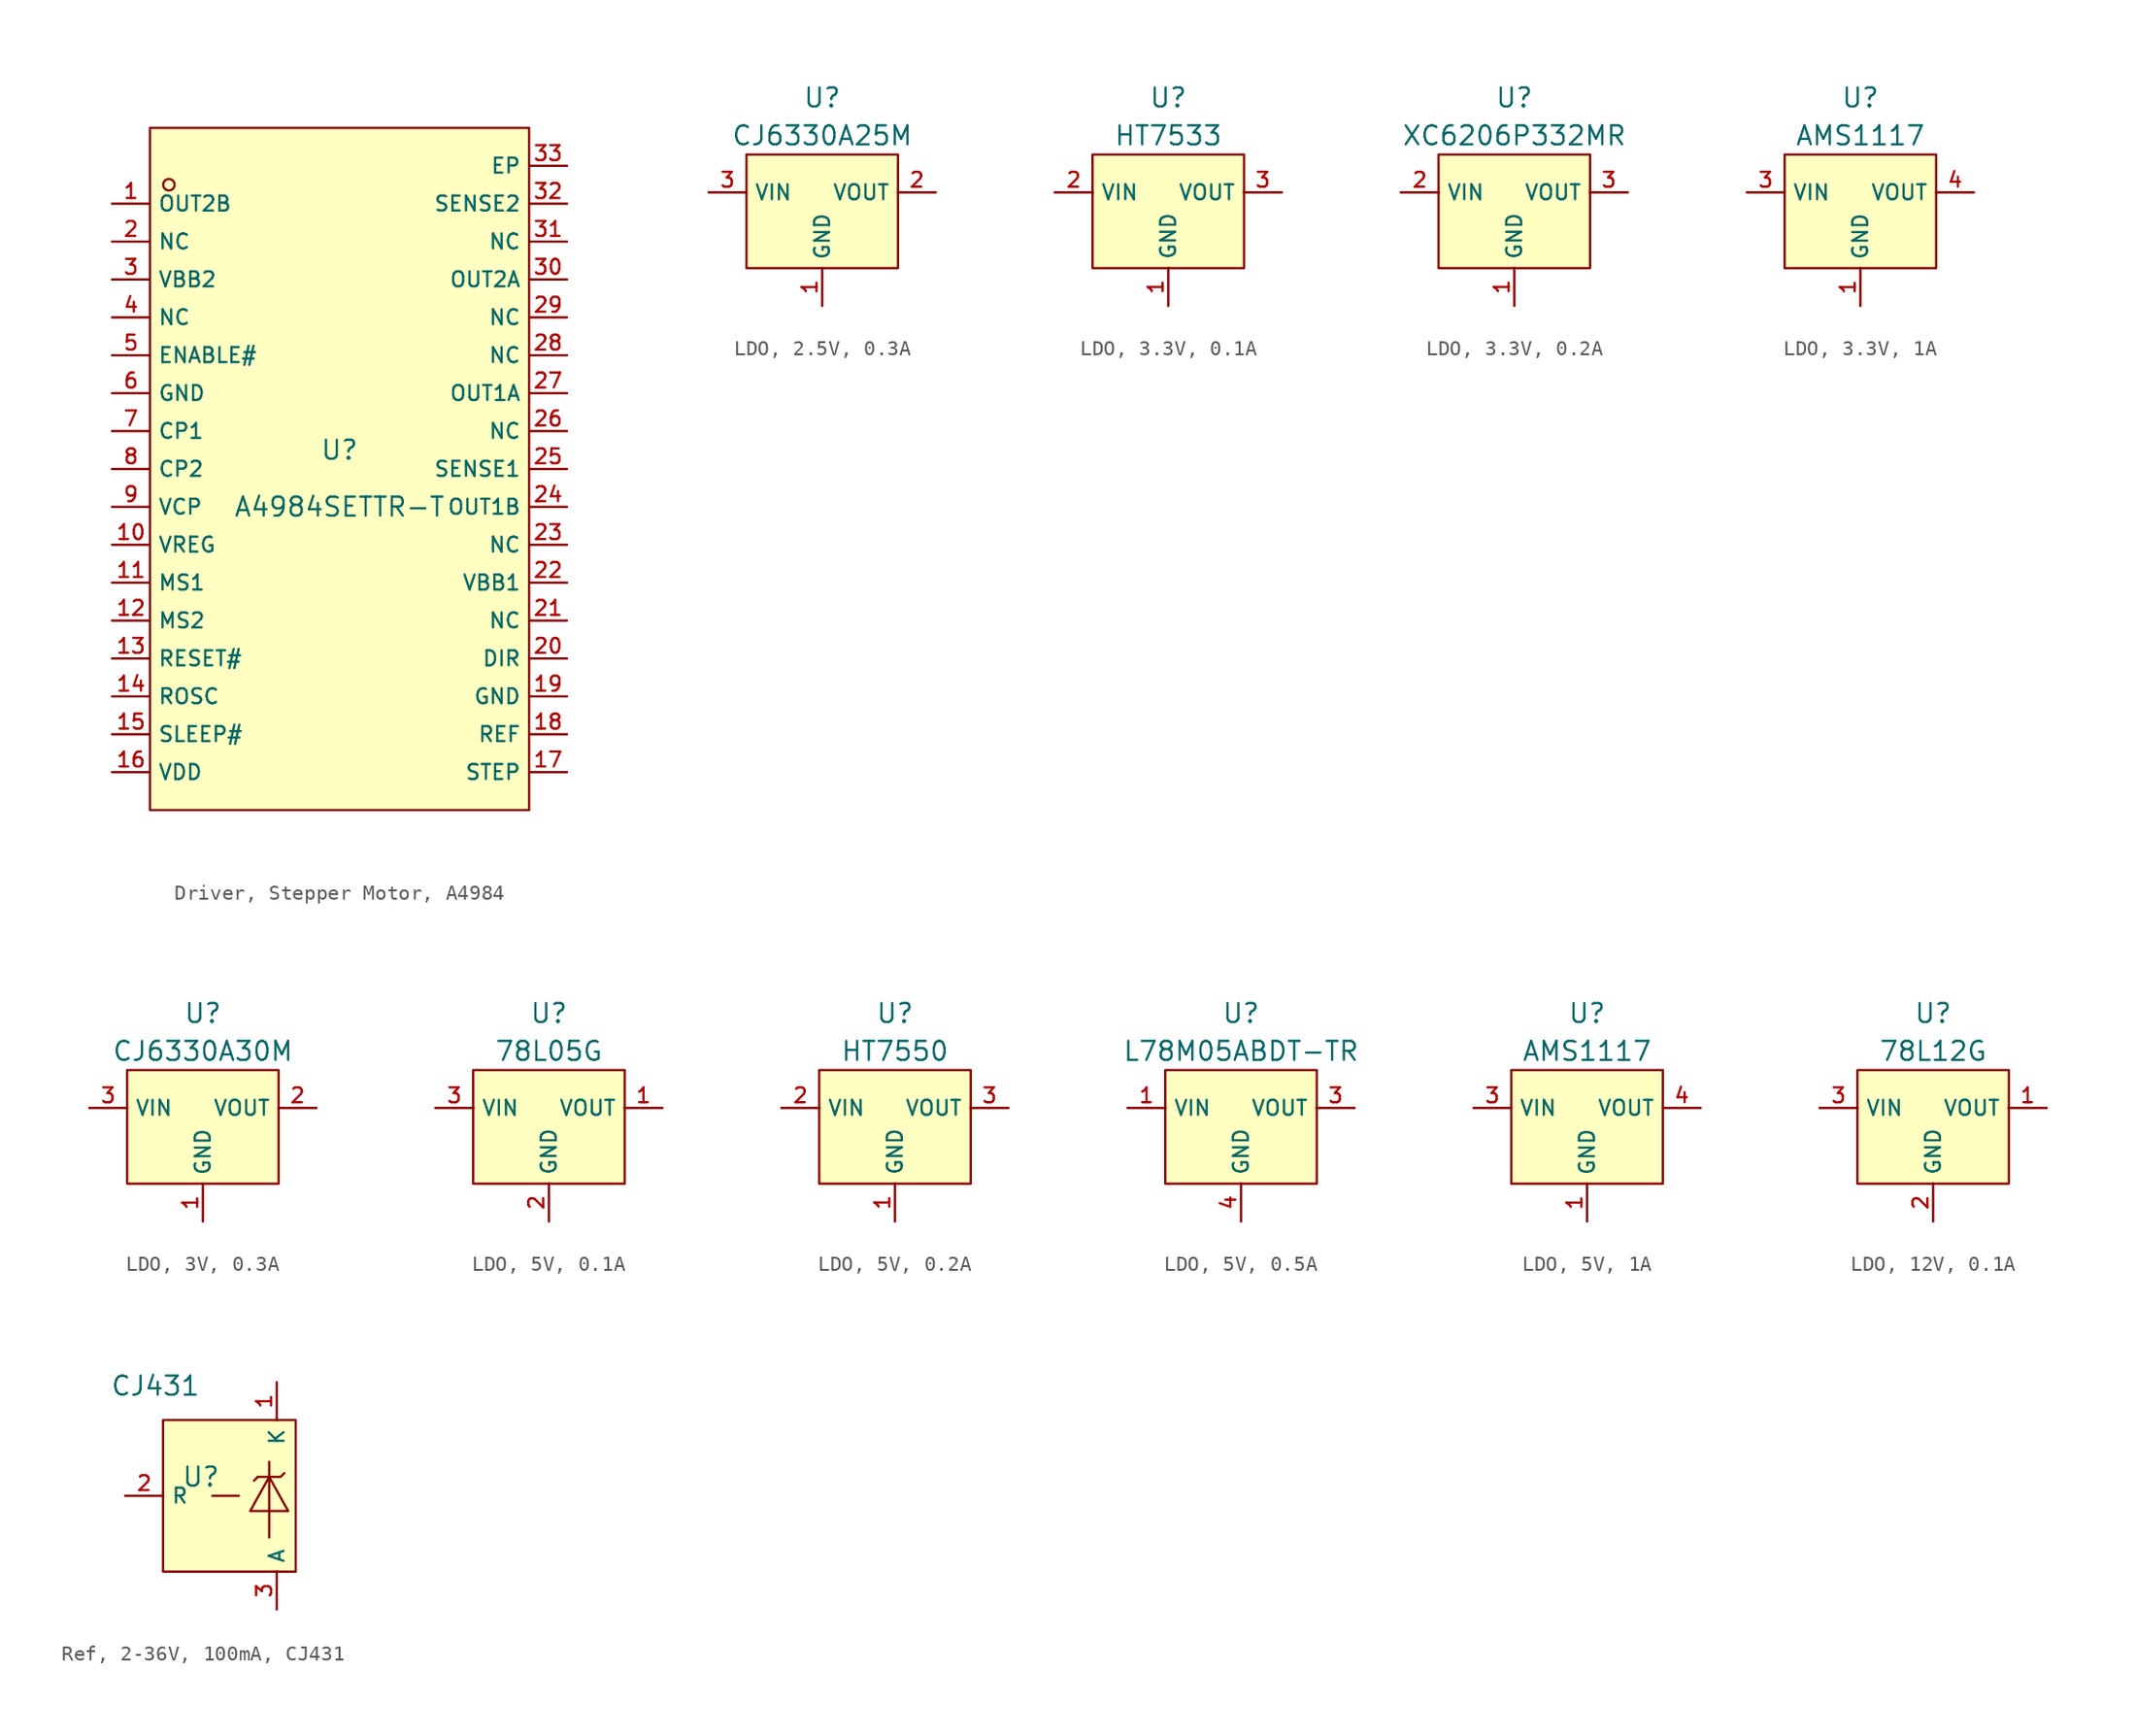
<source format=kicad_sym>
(kicad_symbol_lib
  (version 20231120)
  (generator "kicad_symbol_editor")
  (generator_version "8.0")
  (symbol "Driver, Stepper Motor, A4984"
    (property "Reference" "U"
      (at 0 1.27 0)
      (effects (font (size 1.27 1.27))))
    (property "Value" "A4984SETTR-T"
      (at 0 -2.54 0)
      (effects (font (size 1.27 1.27))))
    (symbol "Driver, Stepper Motor, A4984_0_1"
      (rectangle (start -12.7 22.86) (end 12.7 -22.86) (stroke (width 0) (type default)) (fill (type background)))
      (circle (center -11.43 19.05) (radius 0.381) (stroke (width 0) (type default)) (fill (type background)))
      (pin unspecified line (at -15.24 17.78 0) (length 2.54) (name "OUT2B" (effects (font (size 1 1)))) (number "1" (effects (font (size 1 1)))))
      (pin unspecified line (at -15.24 -5.08 0) (length 2.54) (name "VREG" (effects (font (size 1 1)))) (number "10" (effects (font (size 1 1)))))
      (pin unspecified line (at -15.24 -7.62 0) (length 2.54) (name "MS1" (effects (font (size 1 1)))) (number "11" (effects (font (size 1 1)))))
      (pin unspecified line (at -15.24 -10.16 0) (length 2.54) (name "MS2" (effects (font (size 1 1)))) (number "12" (effects (font (size 1 1)))))
      (pin unspecified line (at -15.24 -12.7 0) (length 2.54) (name "RESET#" (effects (font (size 1 1)))) (number "13" (effects (font (size 1 1)))))
      (pin unspecified line (at -15.24 -15.24 0) (length 2.54) (name "ROSC" (effects (font (size 1 1)))) (number "14" (effects (font (size 1 1)))))
      (pin unspecified line (at -15.24 -17.78 0) (length 2.54) (name "SLEEP#" (effects (font (size 1 1)))) (number "15" (effects (font (size 1 1)))))
      (pin unspecified line (at -15.24 -20.32 0) (length 2.54) (name "VDD" (effects (font (size 1 1)))) (number "16" (effects (font (size 1 1)))))
      (pin unspecified line (at 15.24 -20.32 180) (length 2.54) (name "STEP" (effects (font (size 1 1)))) (number "17" (effects (font (size 1 1)))))
      (pin unspecified line (at 15.24 -17.78 180) (length 2.54) (name "REF" (effects (font (size 1 1)))) (number "18" (effects (font (size 1 1)))))
      (pin unspecified line (at 15.24 -15.24 180) (length 2.54) (name "GND" (effects (font (size 1 1)))) (number "19" (effects (font (size 1 1)))))
      (pin unspecified line (at -15.24 15.24 0) (length 2.54) (name "NC" (effects (font (size 1 1)))) (number "2" (effects (font (size 1 1)))))
      (pin unspecified line (at 15.24 -12.7 180) (length 2.54) (name "DIR" (effects (font (size 1 1)))) (number "20" (effects (font (size 1 1)))))
      (pin unspecified line (at 15.24 -10.16 180) (length 2.54) (name "NC" (effects (font (size 1 1)))) (number "21" (effects (font (size 1 1)))))
      (pin unspecified line (at 15.24 -7.62 180) (length 2.54) (name "VBB1" (effects (font (size 1 1)))) (number "22" (effects (font (size 1 1)))))
      (pin unspecified line (at 15.24 -5.08 180) (length 2.54) (name "NC" (effects (font (size 1 1)))) (number "23" (effects (font (size 1 1)))))
      (pin unspecified line (at 15.24 -2.54 180) (length 2.54) (name "OUT1B" (effects (font (size 1 1)))) (number "24" (effects (font (size 1 1)))))
      (pin unspecified line (at 15.24 0 180) (length 2.54) (name "SENSE1" (effects (font (size 1 1)))) (number "25" (effects (font (size 1 1)))))
      (pin unspecified line (at 15.24 2.54 180) (length 2.54) (name "NC" (effects (font (size 1 1)))) (number "26" (effects (font (size 1 1)))))
      (pin unspecified line (at 15.24 5.08 180) (length 2.54) (name "OUT1A" (effects (font (size 1 1)))) (number "27" (effects (font (size 1 1)))))
      (pin unspecified line (at 15.24 7.62 180) (length 2.54) (name "NC" (effects (font (size 1 1)))) (number "28" (effects (font (size 1 1)))))
      (pin unspecified line (at 15.24 10.16 180) (length 2.54) (name "NC" (effects (font (size 1 1)))) (number "29" (effects (font (size 1 1)))))
      (pin unspecified line (at -15.24 12.7 0) (length 2.54) (name "VBB2" (effects (font (size 1 1)))) (number "3" (effects (font (size 1 1)))))
      (pin unspecified line (at 15.24 12.7 180) (length 2.54) (name "OUT2A" (effects (font (size 1 1)))) (number "30" (effects (font (size 1 1)))))
      (pin unspecified line (at 15.24 15.24 180) (length 2.54) (name "NC" (effects (font (size 1 1)))) (number "31" (effects (font (size 1 1)))))
      (pin unspecified line (at 15.24 17.78 180) (length 2.54) (name "SENSE2" (effects (font (size 1 1)))) (number "32" (effects (font (size 1 1)))))
      (pin unspecified line (at 15.24 20.32 180) (length 2.54) (name "EP" (effects (font (size 1 1)))) (number "33" (effects (font (size 1 1)))))
      (pin unspecified line (at -15.24 10.16 0) (length 2.54) (name "NC" (effects (font (size 1 1)))) (number "4" (effects (font (size 1 1)))))
      (pin unspecified line (at -15.24 7.62 0) (length 2.54) (name "ENABLE#" (effects (font (size 1 1)))) (number "5" (effects (font (size 1 1)))))
      (pin unspecified line (at -15.24 5.08 0) (length 2.54) (name "GND" (effects (font (size 1 1)))) (number "6" (effects (font (size 1 1)))))
      (pin unspecified line (at -15.24 2.54 0) (length 2.54) (name "CP1" (effects (font (size 1 1)))) (number "7" (effects (font (size 1 1)))))
      (pin unspecified line (at -15.24 0 0) (length 2.54) (name "CP2" (effects (font (size 1 1)))) (number "8" (effects (font (size 1 1)))))
      (pin unspecified line (at -15.24 -2.54 0) (length 2.54) (name "VCP" (effects (font (size 1 1)))) (number "9" (effects (font (size 1 1)))))))
  (symbol "LDO, 2.5V, 0.3A"
    (property "Reference" "U"
      (at 0 8.89 0)
      (effects (font (size 1.27 1.27))))
    (property "Value" "CJ6330A25M"
      (at 0 6.35 0)
      (effects (font (size 1.27 1.27))))
    (symbol "LDO, 2.5V, 0.3A_0_1"
      (rectangle (start -5.08 5.08) (end 5.08 -2.54) (stroke (width 0) (type default)) (fill (type background)))
      (pin unspecified line (at 0 -5.08 90) (length 2.54) (name "GND" (effects (font (size 1 1)))) (number "1" (effects (font (size 1 1))))))
    (symbol "LDO, 2.5V, 0.3A_1_1"
      (pin unspecified line (at 7.62 2.54 180) (length 2.54) (name "VOUT" (effects (font (size 1 1)))) (number "2" (effects (font (size 1 1)))))
      (pin unspecified line (at -7.62 2.54 0) (length 2.54) (name "VIN" (effects (font (size 1 1)))) (number "3" (effects (font (size 1 1)))))))
  (symbol "LDO, 3.3V, 0.1A"
    (property "Reference" "U"
      (at 0 8.89 0)
      (effects (font (size 1.27 1.27))))
    (property "Value" "HT7533"
      (at 0 6.35 0)
      (effects (font (size 1.27 1.27))))
    (symbol "LDO, 3.3V, 0.1A_0_1"
      (rectangle (start -5.08 5.08) (end 5.08 -2.54) (stroke (width 0) (type default)) (fill (type background))))
    (symbol "LDO, 3.3V, 0.1A_1_1"
      (pin unspecified line (at 0 -5.08 90) (length 2.56) (name "GND" (effects (font (size 1 1)))) (number "1" (effects (font (size 1 1)))))
      (pin unspecified line (at -7.62 2.54 0) (length 2.56) (name "VIN" (effects (font (size 1 1)))) (number "2" (effects (font (size 1 1)))))
      (pin unspecified line (at 7.62 2.54 180) (length 2.56) (name "VOUT" (effects (font (size 1 1)))) (number "3" (effects (font (size 1 1)))))))
  (symbol "LDO, 3.3V, 0.2A"
    (property "Reference" "U"
      (at 0 8.89 0)
      (effects (font (size 1.27 1.27))))
    (property "Value" "XC6206P332MR"
      (at 0 6.35 0)
      (effects (font (size 1.27 1.27))))
    (symbol "LDO, 3.3V, 0.2A_0_1"
      (rectangle (start -5.08 5.08) (end 5.08 -2.54) (stroke (width 0) (type default)) (fill (type background))))
    (symbol "LDO, 3.3V, 0.2A_1_1"
      (pin unspecified line (at 0 -5.08 90) (length 2.56) (name "GND" (effects (font (size 1 1)))) (number "1" (effects (font (size 1 1)))))
      (pin unspecified line (at -7.62 2.54 0) (length 2.56) (name "VIN" (effects (font (size 1 1)))) (number "2" (effects (font (size 1 1)))))
      (pin unspecified line (at 7.62 2.54 180) (length 2.56) (name "VOUT" (effects (font (size 1 1)))) (number "3" (effects (font (size 1 1)))))))
  (symbol "LDO, 3.3V, 1A"
    (property "Reference" "U"
      (at 0 8.89 0)
      (effects (font (size 1.27 1.27))))
    (property "Value" "AMS1117"
      (at 0 6.35 0)
      (effects (font (size 1.27 1.27))))
    (symbol "LDO, 3.3V, 1A_0_1"
      (rectangle (start -5.08 5.08) (end 5.08 -2.54) (stroke (width 0) (type default)) (fill (type background)))
      (pin unspecified line (at 0 -5.08 90) (length 2.54) (name "GND" (effects (font (size 1 1)))) (number "1" (effects (font (size 1 1)))))
      (pin unspecified line (at 7.62 2.54 180) (length 2.54) (name "VOUT" (effects (font (size 1 1)))) (number "4" (effects (font (size 1 1))))))
    (symbol "LDO, 3.3V, 1A_1_1"
      (pin unspecified line (at 7.62 2.54 180) (length 2.54) hide (name "VOUT" (effects (font (size 1 1)))) (number "2" (effects (font (size 1 1)))))
      (pin unspecified line (at -7.62 2.54 0) (length 2.54) (name "VIN" (effects (font (size 1 1)))) (number "3" (effects (font (size 1 1)))))))
  (symbol "LDO, 3V, 0.3A"
    (property "Reference" "U"
      (at 0 8.89 0)
      (effects (font (size 1.27 1.27))))
    (property "Value" "CJ6330A30M"
      (at 0 6.35 0)
      (effects (font (size 1.27 1.27))))
    (symbol "LDO, 3V, 0.3A_0_1"
      (rectangle (start -5.08 5.08) (end 5.08 -2.54) (stroke (width 0) (type default)) (fill (type background)))
      (pin unspecified line (at 0 -5.08 90) (length 2.54) (name "GND" (effects (font (size 1 1)))) (number "1" (effects (font (size 1 1))))))
    (symbol "LDO, 3V, 0.3A_1_1"
      (pin unspecified line (at 7.62 2.54 180) (length 2.54) (name "VOUT" (effects (font (size 1 1)))) (number "2" (effects (font (size 1 1)))))
      (pin unspecified line (at -7.62 2.54 0) (length 2.54) (name "VIN" (effects (font (size 1 1)))) (number "3" (effects (font (size 1 1)))))))
  (symbol "LDO, 5V, 0.1A"
    (property "Reference" "U"
      (at 0 8.89 0)
      (effects (font (size 1.27 1.27))))
    (property "Value" "78L05G"
      (at 0 6.35 0)
      (effects (font (size 1.27 1.27))))
    (symbol "LDO, 5V, 0.1A_0_1"
      (rectangle (start -5.08 5.08) (end 5.08 -2.54) (stroke (width 0) (type default)) (fill (type background))))
    (symbol "LDO, 5V, 0.1A_1_1"
      (pin power_in line (at 7.62 2.54 180) (length 2.56) (name "VOUT" (effects (font (size 1 1)))) (number "1" (effects (font (size 1 1)))))
      (pin power_in line (at 0 -5.08 90) (length 2.56) (name "GND" (effects (font (size 1 1)))) (number "2" (effects (font (size 1 1)))))
      (pin power_in line (at -7.62 2.54 0) (length 2.56) (name "VIN" (effects (font (size 1 1)))) (number "3" (effects (font (size 1 1)))))))
  (symbol "LDO, 5V, 0.2A"
    (property "Reference" "U"
      (at 0 8.89 0)
      (effects (font (size 1.27 1.27))))
    (property "Value" "HT7550"
      (at 0 6.35 0)
      (effects (font (size 1.27 1.27))))
    (symbol "LDO, 5V, 0.2A_0_1"
      (rectangle (start -5.08 5.08) (end 5.08 -2.54) (stroke (width 0) (type default)) (fill (type background))))
    (symbol "LDO, 5V, 0.2A_1_1"
      (pin unspecified line (at 0 -5.08 90) (length 2.56) (name "GND" (effects (font (size 1 1)))) (number "1" (effects (font (size 1 1)))))
      (pin unspecified line (at -7.62 2.54 0) (length 2.56) (name "VIN" (effects (font (size 1 1)))) (number "2" (effects (font (size 1 1)))))
      (pin unspecified line (at 7.62 2.54 180) (length 2.56) (name "VOUT" (effects (font (size 1 1)))) (number "3" (effects (font (size 1 1)))))))
  (symbol "LDO, 5V, 0.5A"
    (property "Reference" "U"
      (at 0 8.89 0)
      (effects (font (size 1.27 1.27))))
    (property "Value" "L78M05ABDT-TR"
      (at 0 6.35 0)
      (effects (font (size 1.27 1.27))))
    (symbol "LDO, 5V, 0.5A_0_1"
      (rectangle (start -5.08 5.08) (end 5.08 -2.54) (stroke (width 0) (type default)) (fill (type background))))
    (symbol "LDO, 5V, 0.5A_1_1"
      (pin power_in line (at -7.62 2.54 0) (length 2.56) (name "VIN" (effects (font (size 1 1)))) (number "1" (effects (font (size 1 1)))))
      (pin power_in line (at 7.62 2.54 180) (length 2.56) (name "VOUT" (effects (font (size 1 1)))) (number "3" (effects (font (size 1 1)))))
      (pin power_in line (at 0 -5.08 90) (length 2.56) (name "GND" (effects (font (size 1 1)))) (number "4" (effects (font (size 1 1)))))))
  (symbol "LDO, 5V, 1A"
    (property "Reference" "U"
      (at 0 8.89 0)
      (effects (font (size 1.27 1.27))))
    (property "Value" "AMS1117"
      (at 0 6.35 0)
      (effects (font (size 1.27 1.27))))
    (symbol "LDO, 5V, 1A_0_1"
      (rectangle (start -5.08 5.08) (end 5.08 -2.54) (stroke (width 0) (type default)) (fill (type background)))
      (pin unspecified line (at 0 -5.08 90) (length 2.54) (name "GND" (effects (font (size 1 1)))) (number "1" (effects (font (size 1 1)))))
      (pin unspecified line (at -7.62 2.54 0) (length 2.54) (name "VIN" (effects (font (size 1 1)))) (number "3" (effects (font (size 1 1)))))
      (pin unspecified line (at 7.62 2.54 180) (length 2.54) (name "VOUT" (effects (font (size 1 1)))) (number "4" (effects (font (size 1 1))))))
    (symbol "LDO, 5V, 1A_1_1"
      (pin unspecified line (at 7.62 2.54 180) (length 2.54) hide (name "VOUT" (effects (font (size 1 1)))) (number "2" (effects (font (size 1 1)))))))
  (symbol "LDO, 12V, 0.1A"
    (property "Reference" "U"
      (at 0 8.89 0)
      (effects (font (size 1.27 1.27))))
    (property "Value" "78L12G"
      (at 0 6.35 0)
      (effects (font (size 1.27 1.27))))
    (symbol "LDO, 12V, 0.1A_0_1"
      (rectangle (start -5.08 5.08) (end 5.08 -2.54) (stroke (width 0) (type default)) (fill (type background))))
    (symbol "LDO, 12V, 0.1A_1_1"
      (pin unspecified line (at 7.62 2.54 180) (length 2.56) (name "VOUT" (effects (font (size 1 1)))) (number "1" (effects (font (size 1 1)))))
      (pin unspecified line (at 0 -5.08 90) (length 2.56) (name "GND" (effects (font (size 1 1)))) (number "2" (effects (font (size 1 1)))))
      (pin unspecified line (at -7.62 2.54 0) (length 2.56) (name "VIN" (effects (font (size 1 1)))) (number "3" (effects (font (size 1 1)))))))
  (symbol "Ref, 2-36V, 100mA, CJ431"
    (property "Reference" "U"
      (at 0 1.27 0)
      (effects (font (size 1.27 1.27))))
    (property "Value" "CJ431"
      (at -3.048 7.366 0)
      (effects (font (size 1.27 1.27))))
    (symbol "Ref, 2-36V, 100mA, CJ431_0_1"
      (rectangle (start -2.54 5.08) (end 6.35 -5.08) (stroke (width 0) (type default)) (fill (type background)))
      (polyline (pts (xy 0.762 0) (xy 2.54 0)) (stroke (width 0) (type default)) (fill (type none)))
      (polyline (pts (xy 3.81 1.27) (xy 3.556 1.016)) (stroke (width 0) (type default)) (fill (type none)))
      (polyline (pts (xy 4.572 2.286) (xy 4.572 -2.794)) (stroke (width 0) (type default)) (fill (type none)))
      (polyline (pts (xy 3.81 1.27) (xy 5.334 1.27) (xy 5.588 1.524)) (stroke (width 0) (type default)) (fill (type none)))
      (polyline (pts (xy 4.572 1.27) (xy 3.302 -1.016) (xy 5.842 -1.016) (xy 4.572 1.27)) (stroke (width 0) (type default)) (fill (type none))))
    (symbol "Ref, 2-36V, 100mA, CJ431_1_1"
      (pin unspecified line (at 5.08 7.62 270) (length 2.56) (name "K" (effects (font (size 1 1)))) (number "1" (effects (font (size 1 1)))))
      (pin unspecified line (at -5.08 0 0) (length 2.56) (name "R" (effects (font (size 1 1)))) (number "2" (effects (font (size 1 1)))))
      (pin unspecified line (at 5.08 -7.62 90) (length 2.56) (name "A" (effects (font (size 1 1)))) (number "3" (effects (font (size 1 1))))))))
</source>
